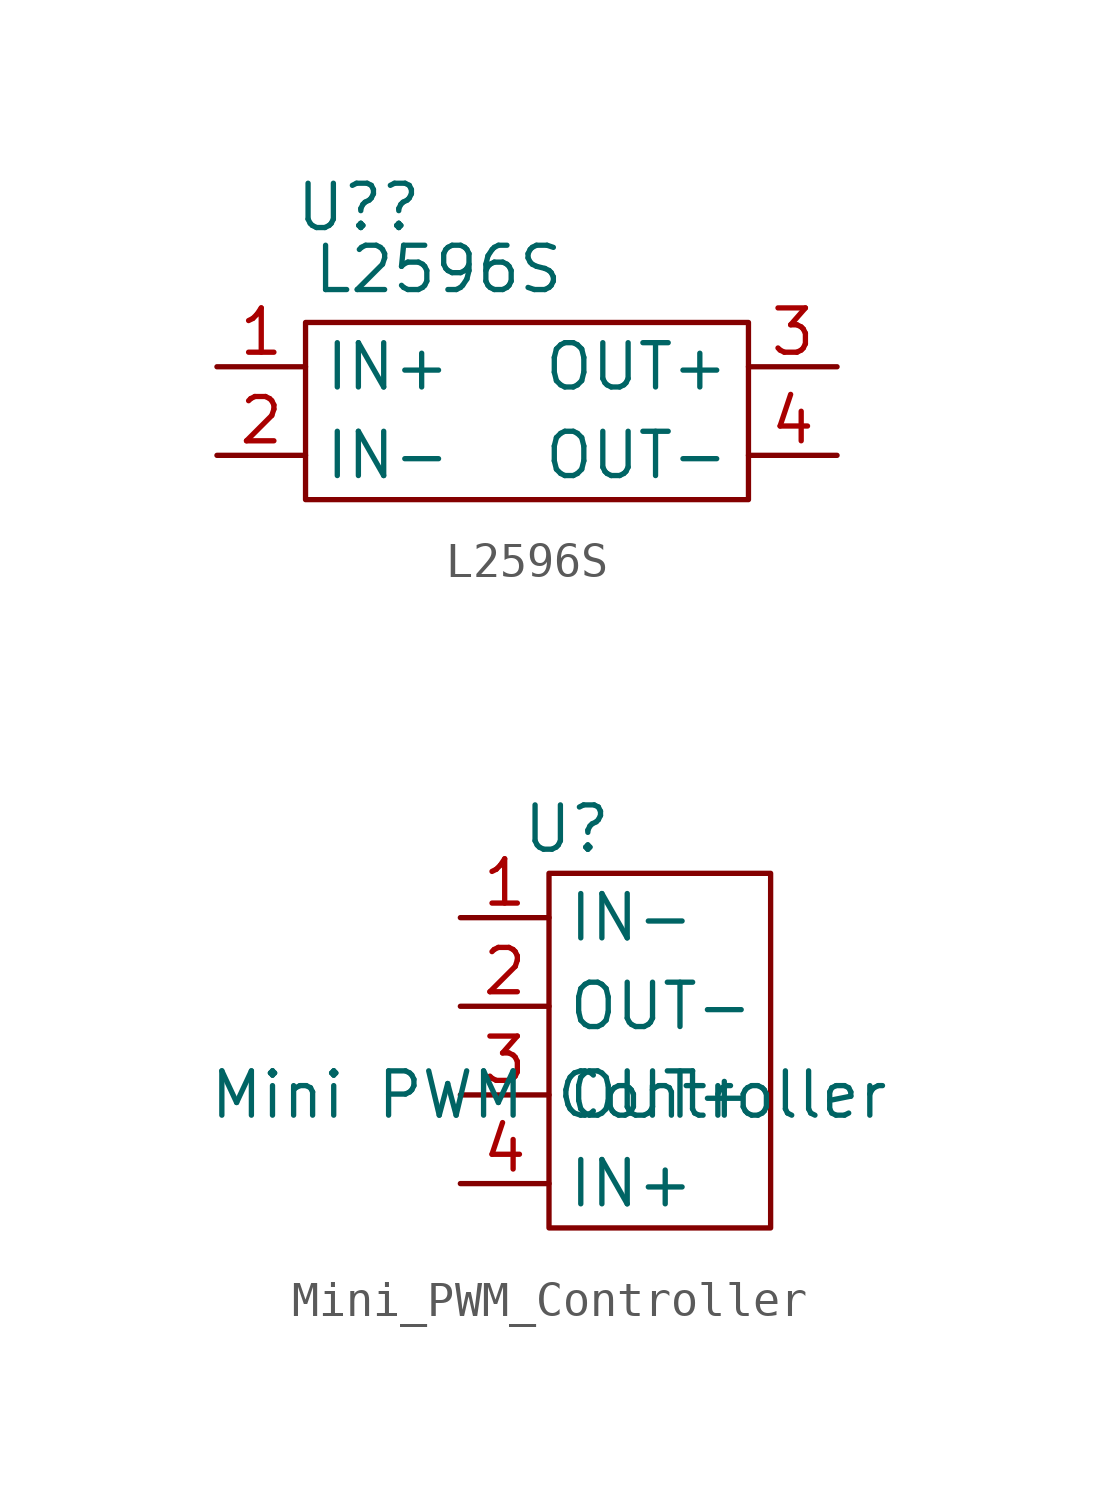
<source format=kicad_sym>
(kicad_symbol_lib
  (version 20231120)
  (generator "kicad_symbol_editor")
  (generator_version "8.0")
  (symbol "L2596S"
    (property "Reference" "U?"
      (at 1.524 8.382 0)
      (effects (font (size 1.27 1.27))))
    (property "Value" "L2596S"
      (at 3.81 6.604 0)
      (effects (font (size 1.27 1.27))))
    (symbol "L2596S_0_1"
      (rectangle (start 0 5.08) (end 12.7 0) (stroke (width 0) (type default)) (fill (type none))))
    (symbol "L2596S_1_1"
      (pin power_in line (at -2.54 3.81 0) (length 2.54) (name "IN+" (effects (font (size 1.27 1.27)))) (number "1" (effects (font (size 1.27 1.27)))))
      (pin power_in line (at -2.54 1.27 0) (length 2.54) (name "IN-" (effects (font (size 1.27 1.27)))) (number "2" (effects (font (size 1.27 1.27)))))
      (pin power_out line (at 15.24 3.81 180) (length 2.54) (name "OUT+" (effects (font (size 1.27 1.27)))) (number "3" (effects (font (size 1.27 1.27)))))
      (pin power_in line (at 15.24 1.27 180) (length 2.54) (name "OUT-" (effects (font (size 1.27 1.27)))) (number "4" (effects (font (size 1.27 1.27)))))))
  (symbol "Mini_PWM_Controller"
    (property "Reference" "U"
      (at 0.508 7.62 0)
      (effects (font (size 1.27 1.27))))
    (property "Value" "Mini PWM Controller"
      (at 0 0 0)
      (effects (font (size 1.27 1.27))))
    (symbol "Mini_PWM_Controller_0_1"
      (rectangle (start 0 6.35) (end 6.35 -3.81) (stroke (width 0) (type default)) (fill (type none))))
    (symbol "Mini_PWM_Controller_1_1"
      (pin power_in line (at -2.54 5.08 0) (length 2.54) (name "IN-" (effects (font (size 1.27 1.27)))) (number "1" (effects (font (size 1.27 1.27)))))
      (pin power_in line (at -2.54 2.54 0) (length 2.54) (name "OUT-" (effects (font (size 1.27 1.27)))) (number "2" (effects (font (size 1.27 1.27)))))
      (pin power_out line (at -2.54 0 0) (length 2.54) (name "OUT+" (effects (font (size 1.27 1.27)))) (number "3" (effects (font (size 1.27 1.27)))))
      (pin power_in line (at -2.54 -2.54 0) (length 2.54) (name "IN+" (effects (font (size 1.27 1.27)))) (number "4" (effects (font (size 1.27 1.27))))))))
</source>
